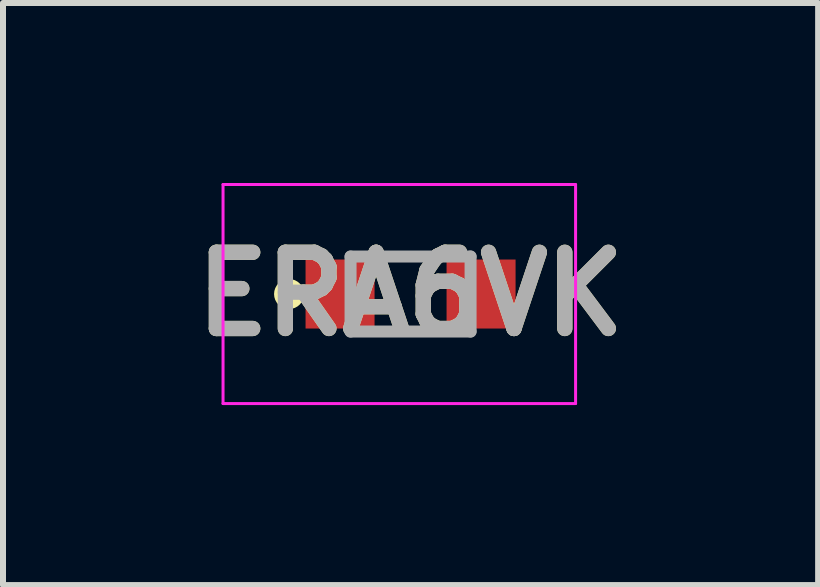
<source format=kicad_pcb>
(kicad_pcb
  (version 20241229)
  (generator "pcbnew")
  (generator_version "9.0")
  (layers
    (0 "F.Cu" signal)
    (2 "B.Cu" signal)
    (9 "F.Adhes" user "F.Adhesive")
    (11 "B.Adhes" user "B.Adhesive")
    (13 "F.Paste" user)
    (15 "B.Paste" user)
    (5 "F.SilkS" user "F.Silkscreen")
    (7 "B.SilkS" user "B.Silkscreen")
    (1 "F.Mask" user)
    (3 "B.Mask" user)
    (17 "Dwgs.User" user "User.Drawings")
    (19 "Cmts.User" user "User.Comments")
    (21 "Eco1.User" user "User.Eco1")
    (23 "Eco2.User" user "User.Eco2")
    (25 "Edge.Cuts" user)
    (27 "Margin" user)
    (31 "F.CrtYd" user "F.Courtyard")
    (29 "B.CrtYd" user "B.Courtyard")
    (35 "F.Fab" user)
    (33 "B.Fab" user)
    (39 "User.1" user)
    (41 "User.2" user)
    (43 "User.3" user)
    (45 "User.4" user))
  (footprint "ERA6VK"
    (layer "F.Cu")
    (at 3.792 1.85)
    (property "Reference" "ERA6VK" (at 0 0 0) (layer "F.SilkS") (effects (font (size 1.27 1.27) (thickness 0.254))))
    (attr smd)
    (fp_circle (center -2.025 0) (end -2.025 0.05) (stroke (width 0.2) (type solid)) (fill no) (layer "F.SilkS"))
    (fp_line (start -3.125 -1.825) (end 2.75 -1.825) (stroke (width 0.05) (type solid)) (layer "F.CrtYd"))
    (fp_line (start -3.125 1.825) (end -3.125 -1.825) (stroke (width 0.05) (type solid)) (layer "F.CrtYd"))
    (fp_line (start 2.75 -1.825) (end 2.75 1.825) (stroke (width 0.05) (type solid)) (layer "F.CrtYd"))
    (fp_line (start 2.75 1.825) (end -3.125 1.825) (stroke (width 0.05) (type solid)) (layer "F.CrtYd"))
    (fp_line (start -1 -0.625) (end 1 -0.625) (stroke (width 0.2) (type solid)) (layer "F.Fab"))
    (fp_line (start -1 0.625) (end -1 -0.625) (stroke (width 0.2) (type solid)) (layer "F.Fab"))
    (fp_line (start 1 -0.625) (end 1 0.625) (stroke (width 0.2) (type solid)) (layer "F.Fab"))
    (fp_line (start 1 0.625) (end -1 0.625) (stroke (width 0.2) (type solid)) (layer "F.Fab"))
    (fp_text user "${REFERENCE}" (at 0 0 0) (layer "F.Fab") (effects (font (size 1.27 1.27) (thickness 0.254))))
    (pad "1" smd rect (at -1.175 0 90) (size 1.15 1.15) (layers "F.Cu" "F.Mask" "F.Paste"))
    (pad "2" smd rect (at 1.175 0 90) (size 1.15 1.15) (layers "F.Cu" "F.Mask" "F.Paste")))
  (gr_rect
    (start -3 -3)
    (end 10.584 6.7)
    (stroke (width 0.1) (type default))
    (fill no)
    (layer "Edge.Cuts")))
</source>
